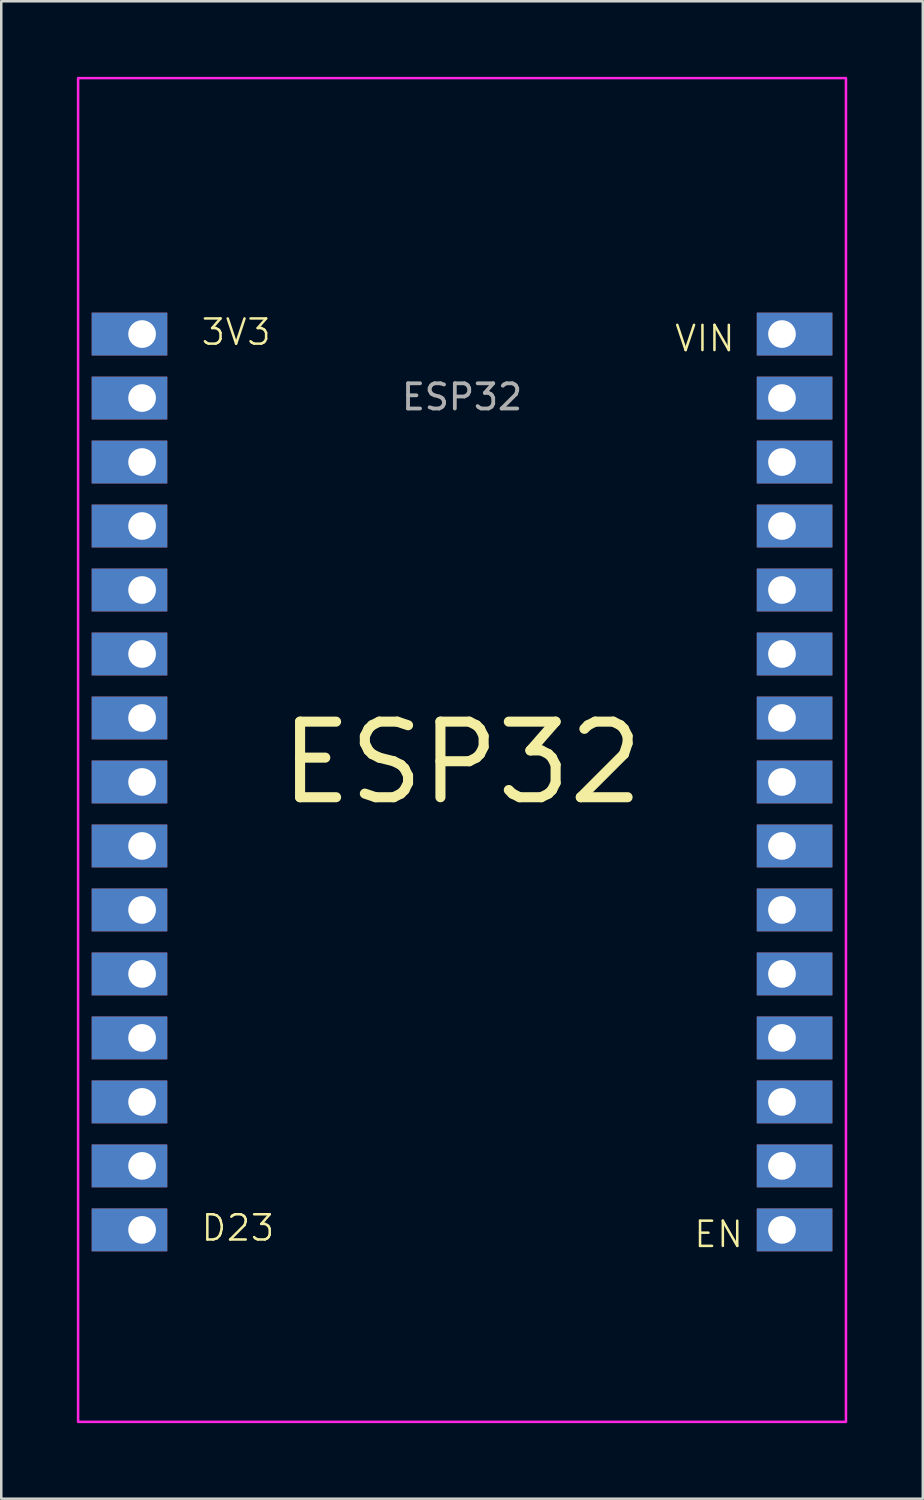
<source format=kicad_pcb>
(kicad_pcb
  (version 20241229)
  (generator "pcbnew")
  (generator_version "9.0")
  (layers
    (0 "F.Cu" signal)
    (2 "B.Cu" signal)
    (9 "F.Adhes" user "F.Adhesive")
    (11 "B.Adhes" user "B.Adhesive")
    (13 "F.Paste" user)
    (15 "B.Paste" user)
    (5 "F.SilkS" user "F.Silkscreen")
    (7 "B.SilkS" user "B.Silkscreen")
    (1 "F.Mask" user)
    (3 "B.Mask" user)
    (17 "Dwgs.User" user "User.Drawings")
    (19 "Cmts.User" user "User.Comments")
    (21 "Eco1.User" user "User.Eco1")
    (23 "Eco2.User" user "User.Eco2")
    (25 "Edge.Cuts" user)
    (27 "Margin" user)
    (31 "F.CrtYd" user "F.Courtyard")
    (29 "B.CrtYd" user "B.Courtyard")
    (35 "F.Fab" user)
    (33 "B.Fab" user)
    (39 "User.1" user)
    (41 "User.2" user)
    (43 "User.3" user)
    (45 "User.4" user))
  (footprint "ESP32"
    (layer "F.Cu")
    (at 15.29 10.21)
    (property "Reference" "ESP32" (at 0 17.018 0) (unlocked yes) (layer "F.SilkS") (effects (font (size 3 3) (thickness 0.4))))
    (attr through_hole)
    (fp_rect (start -15.24 -10.16) (end 15.24 43.18) (stroke (width 0.1) (type default)) (fill no) (layer "F.CrtYd"))
    (fp_text user "EN" (at 9.144 36.322 0) (unlocked yes) (layer "F.SilkS") (effects (font (size 1 1) (thickness 0.1)) (justify left bottom)))
    (fp_text user "3V3" (at -10.414 0.508 0) (unlocked yes) (layer "F.SilkS") (effects (font (size 1 1) (thickness 0.1)) (justify left bottom)))
    (fp_text user "VIN" (at 8.382 0.762 0) (unlocked yes) (layer "F.SilkS") (effects (font (size 1 1) (thickness 0.1)) (justify left bottom)))
    (fp_text user "D23" (at -10.414 36.068 0) (unlocked yes) (layer "F.SilkS") (effects (font (size 1 1) (thickness 0.1)) (justify left bottom)))
    (fp_text user "${REFERENCE}" (at 0 2.5 0) (unlocked yes) (layer "F.Fab") (effects (font (size 1 1) (thickness 0.15))))
    (pad "1" thru_hole rect (at -12.7 0) (size 3 1.7) (drill 1.1 (offset -0.5 0)) (layers "*.Cu" "*.Mask"))
    (pad "2" thru_hole rect (at -12.7 2.54) (size 3 1.7) (drill 1.1 (offset -0.5 0)) (layers "*.Cu" "*.Mask"))
    (pad "3" thru_hole rect (at -12.7 5.08) (size 3 1.7) (drill 1.1 (offset -0.5 0)) (layers "*.Cu" "*.Mask"))
    (pad "4" thru_hole rect (at -12.7 7.62) (size 3 1.7) (drill 1.1 (offset -0.5 0)) (layers "*.Cu" "*.Mask"))
    (pad "5" thru_hole rect (at -12.7 10.16) (size 3 1.7) (drill 1.1 (offset -0.5 0)) (layers "*.Cu" "*.Mask"))
    (pad "6" thru_hole rect (at -12.7 12.7) (size 3 1.7) (drill 1.1 (offset -0.5 0)) (layers "*.Cu" "*.Mask"))
    (pad "7" thru_hole rect (at -12.7 15.24) (size 3 1.7) (drill 1.1 (offset -0.5 0)) (layers "*.Cu" "*.Mask"))
    (pad "8" thru_hole rect (at -12.7 17.78) (size 3 1.7) (drill 1.1 (offset -0.5 0)) (layers "*.Cu" "*.Mask"))
    (pad "9" thru_hole rect (at -12.7 20.32) (size 3 1.7) (drill 1.1 (offset -0.5 0)) (layers "*.Cu" "*.Mask"))
    (pad "10" thru_hole rect (at -12.7 22.86) (size 3 1.7) (drill 1.1 (offset -0.5 0)) (layers "*.Cu" "*.Mask"))
    (pad "11" thru_hole rect (at -12.7 25.4) (size 3 1.7) (drill 1.1 (offset -0.5 0)) (layers "*.Cu" "*.Mask"))
    (pad "12" thru_hole rect (at -12.7 27.94) (size 3 1.7) (drill 1.1 (offset -0.5 0)) (layers "*.Cu" "*.Mask"))
    (pad "13" thru_hole rect (at -12.7 30.48) (size 3 1.7) (drill 1.1 (offset -0.5 0)) (layers "*.Cu" "*.Mask"))
    (pad "14" thru_hole rect (at -12.7 33.02) (size 3 1.7) (drill 1.1 (offset -0.5 0)) (layers "*.Cu" "*.Mask"))
    (pad "15" thru_hole rect (at -12.7 35.56) (size 3 1.7) (drill 1.1 (offset -0.5 0)) (layers "*.Cu" "*.Mask"))
    (pad "16" thru_hole rect (at 12.7 35.56) (size 3 1.7) (drill 1.1 (offset 0.5 0)) (layers "*.Cu" "*.Mask"))
    (pad "17" thru_hole rect (at 12.7 33.02) (size 3 1.7) (drill 1.1 (offset 0.5 0)) (layers "*.Cu" "*.Mask"))
    (pad "18" thru_hole rect (at 12.7 30.48) (size 3 1.7) (drill 1.1 (offset 0.5 0)) (layers "*.Cu" "*.Mask"))
    (pad "19" thru_hole rect (at 12.7 27.94) (size 3 1.7) (drill 1.1 (offset 0.5 0)) (layers "*.Cu" "*.Mask"))
    (pad "20" thru_hole rect (at 12.7 25.4) (size 3 1.7) (drill 1.1 (offset 0.5 0)) (layers "*.Cu" "*.Mask"))
    (pad "21" thru_hole rect (at 12.7 22.86) (size 3 1.7) (drill 1.1 (offset 0.5 0)) (layers "*.Cu" "*.Mask"))
    (pad "22" thru_hole rect (at 12.7 20.32) (size 3 1.7) (drill 1.1 (offset 0.5 0)) (layers "*.Cu" "*.Mask"))
    (pad "23" thru_hole rect (at 12.7 17.78) (size 3 1.7) (drill 1.1 (offset 0.5 0)) (layers "*.Cu" "*.Mask"))
    (pad "24" thru_hole rect (at 12.7 15.24) (size 3 1.7) (drill 1.1 (offset 0.5 0)) (layers "*.Cu" "*.Mask"))
    (pad "25" thru_hole rect (at 12.7 12.7) (size 3 1.7) (drill 1.1 (offset 0.5 0)) (layers "*.Cu" "*.Mask"))
    (pad "26" thru_hole rect (at 12.7 10.16) (size 3 1.7) (drill 1.1 (offset 0.5 0)) (layers "*.Cu" "*.Mask"))
    (pad "27" thru_hole rect (at 12.7 7.62) (size 3 1.7) (drill 1.1 (offset 0.5 0)) (layers "*.Cu" "*.Mask"))
    (pad "28" thru_hole rect (at 12.7 5.08) (size 3 1.7) (drill 1.1 (offset 0.5 0)) (layers "*.Cu" "*.Mask"))
    (pad "29" thru_hole rect (at 12.7 2.54) (size 3 1.7) (drill 1.1 (offset 0.5 0)) (layers "*.Cu" "*.Mask"))
    (pad "30" thru_hole rect (at 12.7 0) (size 3 1.7) (drill 1.1 (offset 0.5 0)) (layers "*.Cu" "*.Mask")))
  (gr_rect
    (start -3 -3)
    (end 33.58 56.44)
    (stroke (width 0.1) (type default))
    (fill no)
    (layer "Edge.Cuts")))
</source>
